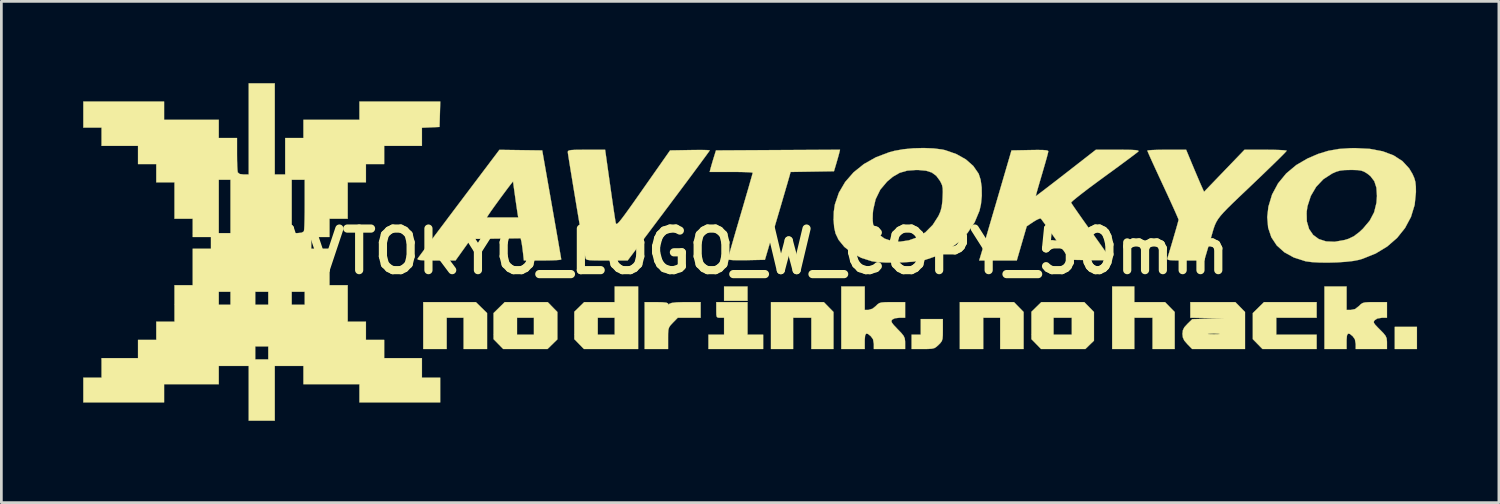
<source format=kicad_pcb>
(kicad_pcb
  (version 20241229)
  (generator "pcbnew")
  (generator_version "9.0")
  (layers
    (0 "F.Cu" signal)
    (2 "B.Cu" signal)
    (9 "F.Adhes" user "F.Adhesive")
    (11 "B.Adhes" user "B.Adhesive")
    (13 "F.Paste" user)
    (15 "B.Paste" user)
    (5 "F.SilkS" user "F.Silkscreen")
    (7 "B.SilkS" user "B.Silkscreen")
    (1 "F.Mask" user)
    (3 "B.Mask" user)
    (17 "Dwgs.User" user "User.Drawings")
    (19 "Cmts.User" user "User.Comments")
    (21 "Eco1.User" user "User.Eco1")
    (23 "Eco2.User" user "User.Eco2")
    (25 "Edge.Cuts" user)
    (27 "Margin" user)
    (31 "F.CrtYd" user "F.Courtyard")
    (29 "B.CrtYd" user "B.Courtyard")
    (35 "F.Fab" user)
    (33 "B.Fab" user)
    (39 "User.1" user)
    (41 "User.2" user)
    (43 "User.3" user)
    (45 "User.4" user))
  (footprint "AVTOKYO_LOGO_W_COPY_50mm"
    (layer "F.Cu")
    (at 24.45 6.164)
    (property "Reference" "AVTOKYO_LOGO_W_COPY_50mm" (at 0 0 0) (layer "F.SilkS") (effects (font (size 1.524 1.524) (thickness 0.3))))
    (attr through_hole)
    (fp_poly (pts (xy -0.095 1.814) (xy -0.955 1.814) (xy -0.955 1.289) (xy -0.095 1.289) (xy -0.095 1.814)) (stroke (width 0.01) (type solid)) (fill yes) (layer "F.SilkS"))
    (fp_poly (pts (xy 24.445 3.581) (xy 23.633 3.581) (xy 23.633 2.769) (xy 24.445 2.769) (xy 24.445 3.581)) (stroke (width 0.01) (type solid)) (fill yes) (layer "F.SilkS"))
    (fp_poly (pts (xy -9.849 2.063) (xy -9.644 2.264) (xy -9.644 3.581) (xy -10.504 3.581) (xy -10.504 2.435) (xy -11.124 2.435) (xy -11.124 3.581) (xy -11.984 3.581) (xy -11.984 1.862) (xy -10.054 1.862) (xy -9.849 2.063)) (stroke (width 0.01) (type solid)) (fill yes) (layer "F.SilkS"))
    (fp_poly (pts (xy 2.879 2.043) (xy 3.056 2.224) (xy 3.056 3.581) (xy 2.244 3.581) (xy 2.244 2.435) (xy 1.576 2.435) (xy 1.576 3.581) (xy 0.764 3.581) (xy 0.764 1.862) (xy 2.702 1.862) (xy 2.879 2.043)) (stroke (width 0.01) (type solid)) (fill yes) (layer "F.SilkS"))
    (fp_poly (pts (xy 9.85 2.043) (xy 10.026 2.224) (xy 10.026 3.581) (xy 9.167 3.581) (xy 9.167 2.435) (xy 8.546 2.435) (xy 8.546 3.581) (xy 7.687 3.581) (xy 7.687 1.862) (xy 9.673 1.862) (xy 9.85 2.043)) (stroke (width 0.01) (type solid)) (fill yes) (layer "F.SilkS"))
    (fp_poly (pts (xy 14.085 1.862) (xy 15.211 1.862) (xy 15.388 2.043) (xy 15.565 2.224) (xy 15.565 3.581) (xy 14.753 3.581) (xy 14.753 2.435) (xy 14.085 2.435) (xy 14.085 3.581) (xy 13.273 3.581) (xy 13.273 1.289) (xy 14.085 1.289) (xy 14.085 1.862)) (stroke (width 0.01) (type solid)) (fill yes) (layer "F.SilkS"))
    (fp_poly (pts (xy 20.769 2.435) (xy 19.289 2.435) (xy 19.289 3.056) (xy 20.769 3.056) (xy 20.769 3.581) (xy 18.783 3.581) (xy 18.606 3.4) (xy 18.429 3.219) (xy 18.429 2.264) (xy 18.634 2.063) (xy 18.839 1.862) (xy 20.769 1.862) (xy 20.769 2.435)) (stroke (width 0.01) (type solid)) (fill yes) (layer "F.SilkS"))
    (fp_poly (pts (xy -0.095 3.056) (xy 0.477 3.056) (xy 0.477 3.581) (xy -1.528 3.581) (xy -1.528 3.056) (xy -0.955 3.056) (xy -0.955 2.435) (xy -1.098 2.435) (xy -1.177 2.431) (xy -1.22 2.405) (xy -1.238 2.334) (xy -1.241 2.195) (xy -1.241 2.148) (xy -1.241 1.862) (xy -0.095 1.862) (xy -0.095 3.056)) (stroke (width 0.01) (type solid)) (fill yes) (layer "F.SilkS"))
    (fp_poly (pts (xy -4.106 3.581) (xy -6.092 3.581) (xy -6.269 3.4) (xy -6.445 3.219) (xy -6.445 2.435) (xy -5.586 2.435) (xy -5.586 3.056) (xy -4.965 3.056) (xy -4.965 2.435) (xy -5.586 2.435) (xy -6.445 2.435) (xy -6.445 2.216) (xy -6.083 1.862) (xy -4.965 1.862) (xy -4.965 1.289) (xy -4.106 1.289) (xy -4.106 3.581)) (stroke (width 0.01) (type solid)) (fill yes) (layer "F.SilkS"))
    (fp_poly (pts (xy 7.066 2.879) (xy 7.064 3.076) (xy 7.054 3.203) (xy 7.027 3.29) (xy 6.975 3.361) (xy 6.909 3.428) (xy 6.828 3.502) (xy 6.755 3.547) (xy 6.662 3.57) (xy 6.524 3.579) (xy 6.336 3.581) (xy 5.92 3.581) (xy 5.92 3.056) (xy 6.255 3.056) (xy 6.255 2.483) (xy 7.066 2.483) (xy 7.066 2.879)) (stroke (width 0.01) (type solid)) (fill yes) (layer "F.SilkS"))
    (fp_poly (pts (xy -7.243 2.043) (xy -7.066 2.224) (xy -7.066 3.227) (xy -7.247 3.404) (xy -7.428 3.581) (xy -9.052 3.581) (xy -9.229 3.4) (xy -9.406 3.219) (xy -9.406 2.435) (xy -8.546 2.435) (xy -8.546 3.056) (xy -7.926 3.056) (xy -7.926 2.435) (xy -8.546 2.435) (xy -9.406 2.435) (xy -9.406 2.264) (xy -9.201 2.063) (xy -8.996 1.862) (xy -7.42 1.862) (xy -7.243 2.043)) (stroke (width 0.01) (type solid)) (fill yes) (layer "F.SilkS"))
    (fp_poly (pts (xy 12.428 2.043) (xy 12.605 2.224) (xy 12.605 3.276) (xy 12.447 3.428) (xy 12.29 3.581) (xy 10.666 3.581) (xy 10.49 3.4) (xy 10.313 3.219) (xy 10.313 2.435) (xy 11.124 2.435) (xy 11.124 3.056) (xy 11.793 3.056) (xy 11.793 2.435) (xy 11.124 2.435) (xy 10.313 2.435) (xy 10.313 2.216) (xy 10.494 2.039) (xy 10.675 1.862) (xy 12.251 1.862) (xy 12.428 2.043)) (stroke (width 0.01) (type solid)) (fill yes) (layer "F.SilkS"))
    (fp_poly (pts (xy -3.211 1.867) (xy -3.072 1.882) (xy -3.012 1.908) (xy -3.008 1.919) (xy -2.994 1.953) (xy -2.951 1.919) (xy -2.868 1.89) (xy -2.694 1.87) (xy -2.428 1.862) (xy -2.354 1.862) (xy -1.814 1.862) (xy -1.814 2.435) (xy -2.654 2.435) (xy -2.831 2.616) (xy -2.918 2.709) (xy -2.97 2.787) (xy -2.997 2.878) (xy -3.007 3.011) (xy -3.008 3.189) (xy -3.008 3.581) (xy -3.867 3.581) (xy -3.867 1.862) (xy -3.438 1.862) (xy -3.211 1.867)) (stroke (width 0.01) (type solid)) (fill yes) (layer "F.SilkS"))
    (fp_poly (pts (xy 17.966 2.043) (xy 18.143 2.224) (xy 18.143 3.581) (xy 16.205 3.581) (xy 16.028 3.4) (xy 15.916 3.27) (xy 15.864 3.155) (xy 15.851 3.029) (xy 16.776 3.029) (xy 16.819 3.036) (xy 16.939 3.039) (xy 16.997 3.04) (xy 17.14 3.038) (xy 17.212 3.032) (xy 17.201 3.024) (xy 17.176 3.021) (xy 16.997 3.013) (xy 16.818 3.021) (xy 16.776 3.029) (xy 15.851 3.029) (xy 15.851 3.028) (xy 15.865 2.894) (xy 15.918 2.785) (xy 16.031 2.661) (xy 16.21 2.486) (xy 16.783 2.471) (xy 17.355 2.455) (xy 16.746 2.445) (xy 16.138 2.435) (xy 16.138 1.862) (xy 17.789 1.862) (xy 17.966 2.043)) (stroke (width 0.01) (type solid)) (fill yes) (layer "F.SilkS"))
    (fp_poly (pts (xy 4.202 2.148) (xy 4.336 2.148) (xy 4.487 2.103) (xy 4.607 2.005) (xy 4.674 1.94) (xy 4.738 1.898) (xy 4.822 1.875) (xy 4.949 1.865) (xy 5.142 1.862) (xy 5.213 1.862) (xy 5.682 1.862) (xy 5.682 2.435) (xy 5.473 2.435) (xy 5.305 2.454) (xy 5.204 2.507) (xy 5.202 2.509) (xy 5.18 2.556) (xy 5.198 2.615) (xy 5.265 2.703) (xy 5.391 2.836) (xy 5.411 2.857) (xy 5.547 2.998) (xy 5.628 3.101) (xy 5.668 3.19) (xy 5.681 3.292) (xy 5.682 3.355) (xy 5.682 3.581) (xy 4.536 3.581) (xy 4.536 3.398) (xy 4.506 3.225) (xy 4.425 3.112) (xy 4.319 3.027) (xy 4.251 3.017) (xy 4.215 3.088) (xy 4.202 3.246) (xy 4.202 3.294) (xy 4.202 3.581) (xy 3.342 3.581) (xy 3.342 1.289) (xy 4.202 1.289) (xy 4.202 2.148)) (stroke (width 0.01) (type solid)) (fill yes) (layer "F.SilkS"))
    (fp_poly (pts (xy 21.867 2.148) (xy 22.025 2.148) (xy 22.178 2.116) (xy 22.32 2.006) (xy 22.32 2.005) (xy 22.389 1.938) (xy 22.455 1.896) (xy 22.543 1.873) (xy 22.675 1.864) (xy 22.876 1.862) (xy 22.902 1.862) (xy 23.347 1.862) (xy 23.347 2.435) (xy 23.163 2.435) (xy 22.993 2.463) (xy 22.902 2.521) (xy 22.867 2.569) (xy 22.867 2.618) (xy 22.912 2.686) (xy 23.011 2.792) (xy 23.085 2.866) (xy 23.219 3.002) (xy 23.297 3.101) (xy 23.335 3.191) (xy 23.346 3.297) (xy 23.347 3.352) (xy 23.347 3.581) (xy 22.201 3.581) (xy 22.201 3.398) (xy 22.171 3.225) (xy 22.091 3.112) (xy 21.984 3.027) (xy 21.917 3.017) (xy 21.88 3.088) (xy 21.867 3.246) (xy 21.867 3.294) (xy 21.867 3.581) (xy 21.055 3.581) (xy 21.055 1.289) (xy 21.867 1.289) (xy 21.867 2.148)) (stroke (width 0.01) (type solid)) (fill yes) (layer "F.SilkS"))
    (fp_poly (pts (xy 3.265 -3.599) (xy 3.234 -3.483) (xy 3.187 -3.319) (xy 3.154 -3.205) (xy 3.074 -2.936) (xy 2.279 -2.923) (xy 1.483 -2.91) (xy 1.435 -2.732) (xy 1.409 -2.643) (xy 1.361 -2.475) (xy 1.292 -2.24) (xy 1.208 -1.953) (xy 1.113 -1.626) (xy 1.008 -1.271) (xy 0.964 -1.122) (xy 0.543 0.31) (xy -0.134 0.324) (xy -0.435 0.326) (xy -0.645 0.321) (xy -0.769 0.308) (xy -0.812 0.286) (xy -0.812 0.284) (xy -0.799 0.228) (xy -0.762 0.09) (xy -0.704 -0.117) (xy -0.628 -0.382) (xy -0.538 -0.694) (xy -0.436 -1.043) (xy -0.358 -1.309) (xy -0.25 -1.676) (xy -0.152 -2.014) (xy -0.065 -2.311) (xy 0.005 -2.557) (xy 0.058 -2.741) (xy 0.089 -2.852) (xy 0.095 -2.881) (xy 0.05 -2.892) (xy -0.075 -2.901) (xy -0.263 -2.907) (xy -0.501 -2.911) (xy -0.693 -2.912) (xy -1.482 -2.912) (xy -1.452 -3.032) (xy -1.421 -3.143) (xy -1.374 -3.304) (xy -1.337 -3.426) (xy -1.252 -3.7) (xy 1.022 -3.713) (xy 3.296 -3.725) (xy 3.265 -3.599)) (stroke (width 0.01) (type solid)) (fill yes) (layer "F.SilkS"))
    (fp_poly (pts (xy -7.622 -3.7) (xy -7.274 -1.719) (xy -7.2 -1.296) (xy -7.131 -0.902) (xy -7.069 -0.547) (xy -7.016 -0.242) (xy -6.974 0.005) (xy -6.943 0.183) (xy -6.927 0.281) (xy -6.924 0.298) (xy -6.969 0.311) (xy -7.092 0.322) (xy -7.277 0.33) (xy -7.507 0.334) (xy -7.609 0.334) (xy -8.295 0.334) (xy -8.328 0.036) (xy -8.35 -0.141) (xy -8.373 -0.294) (xy -8.387 -0.371) (xy -8.414 -0.479) (xy -10.236 -0.454) (xy -10.518 -0.06) (xy -10.799 0.334) (xy -11.513 0.334) (xy -11.792 0.333) (xy -11.987 0.328) (xy -12.111 0.319) (xy -12.176 0.304) (xy -12.194 0.282) (xy -12.189 0.268) (xy -12.154 0.218) (xy -12.066 0.099) (xy -11.932 -0.081) (xy -11.757 -0.315) (xy -11.547 -0.595) (xy -11.307 -0.914) (xy -11.061 -1.241) (xy -9.655 -1.241) (xy -8.501 -1.241) (xy -8.523 -1.373) (xy -8.539 -1.478) (xy -8.563 -1.641) (xy -8.592 -1.839) (xy -8.621 -2.049) (xy -8.649 -2.249) (xy -8.672 -2.416) (xy -8.686 -2.528) (xy -8.689 -2.561) (xy -8.715 -2.534) (xy -8.786 -2.445) (xy -8.89 -2.309) (xy -9.016 -2.14) (xy -9.153 -1.955) (xy -9.289 -1.768) (xy -9.414 -1.595) (xy -9.516 -1.451) (xy -9.576 -1.362) (xy -9.655 -1.241) (xy -11.061 -1.241) (xy -11.043 -1.265) (xy -10.76 -1.641) (xy -10.671 -1.759) (xy -9.191 -3.721) (xy -7.622 -3.7)) (stroke (width 0.01) (type solid)) (fill yes) (layer "F.SilkS"))
    (fp_poly (pts (xy -5.136 -2.447) (xy -5.087 -2.102) (xy -5.041 -1.782) (xy -5 -1.502) (xy -4.965 -1.275) (xy -4.94 -1.116) (xy -4.925 -1.038) (xy -4.913 -1.009) (xy -4.892 -1.002) (xy -4.856 -1.024) (xy -4.8 -1.08) (xy -4.719 -1.18) (xy -4.608 -1.327) (xy -4.46 -1.531) (xy -4.271 -1.796) (xy -4.035 -2.131) (xy -3.914 -2.304) (xy -2.934 -3.7) (xy -2.207 -3.713) (xy -1.956 -3.716) (xy -1.742 -3.716) (xy -1.583 -3.712) (xy -1.493 -3.705) (xy -1.48 -3.701) (xy -1.508 -3.659) (xy -1.588 -3.548) (xy -1.715 -3.375) (xy -1.883 -3.147) (xy -2.087 -2.871) (xy -2.322 -2.555) (xy -2.583 -2.206) (xy -2.864 -1.831) (xy -2.984 -1.67) (xy -4.489 0.334) (xy -5.251 0.334) (xy -5.537 0.334) (xy -5.741 0.331) (xy -5.878 0.325) (xy -5.962 0.312) (xy -6.008 0.291) (xy -6.029 0.261) (xy -6.038 0.227) (xy -6.055 0.14) (xy -6.085 -0.025) (xy -6.125 -0.255) (xy -6.174 -0.539) (xy -6.229 -0.863) (xy -6.289 -1.217) (xy -6.351 -1.586) (xy -6.413 -1.96) (xy -6.474 -2.325) (xy -6.53 -2.669) (xy -6.581 -2.98) (xy -6.624 -3.245) (xy -6.657 -3.452) (xy -6.678 -3.589) (xy -6.684 -3.643) (xy -6.676 -3.675) (xy -6.64 -3.697) (xy -6.563 -3.712) (xy -6.432 -3.72) (xy -6.23 -3.723) (xy -6 -3.724) (xy -5.316 -3.724) (xy -5.136 -2.447)) (stroke (width 0.01) (type solid)) (fill yes) (layer "F.SilkS"))
    (fp_poly (pts (xy 16.208 -3.187) (xy 16.307 -2.951) (xy 16.404 -2.723) (xy 16.486 -2.53) (xy 16.536 -2.416) (xy 16.641 -2.182) (xy 17.383 -2.953) (xy 18.125 -3.724) (xy 18.898 -3.724) (xy 19.157 -3.722) (xy 19.38 -3.716) (xy 19.549 -3.707) (xy 19.65 -3.696) (xy 19.671 -3.688) (xy 19.637 -3.647) (xy 19.543 -3.549) (xy 19.396 -3.402) (xy 19.204 -3.214) (xy 18.976 -2.993) (xy 18.721 -2.747) (xy 18.584 -2.617) (xy 18.23 -2.279) (xy 17.936 -2) (xy 17.697 -1.771) (xy 17.507 -1.584) (xy 17.357 -1.429) (xy 17.242 -1.298) (xy 17.155 -1.183) (xy 17.09 -1.075) (xy 17.039 -0.966) (xy 16.996 -0.846) (xy 16.955 -0.709) (xy 16.908 -0.543) (xy 16.871 -0.416) (xy 16.649 0.334) (xy 15.96 0.334) (xy 15.691 0.333) (xy 15.504 0.33) (xy 15.384 0.322) (xy 15.319 0.307) (xy 15.295 0.285) (xy 15.297 0.252) (xy 15.298 0.251) (xy 15.358 0.056) (xy 15.426 -0.17) (xy 15.497 -0.409) (xy 15.565 -0.643) (xy 15.626 -0.853) (xy 15.673 -1.021) (xy 15.702 -1.129) (xy 15.708 -1.159) (xy 15.688 -1.212) (xy 15.633 -1.34) (xy 15.548 -1.532) (xy 15.437 -1.776) (xy 15.307 -2.061) (xy 15.161 -2.375) (xy 15.135 -2.431) (xy 14.987 -2.749) (xy 14.854 -3.038) (xy 14.739 -3.288) (xy 14.649 -3.488) (xy 14.589 -3.625) (xy 14.563 -3.689) (xy 14.562 -3.692) (xy 14.607 -3.703) (xy 14.731 -3.713) (xy 14.917 -3.72) (xy 15.149 -3.724) (xy 15.273 -3.724) (xy 15.985 -3.724) (xy 16.208 -3.187)) (stroke (width 0.01) (type solid)) (fill yes) (layer "F.SilkS"))
    (fp_poly (pts (xy 22.721 -3.756) (xy 23.191 -3.667) (xy 23.588 -3.518) (xy 23.912 -3.309) (xy 24.161 -3.04) (xy 24.282 -2.837) (xy 24.35 -2.683) (xy 24.389 -2.54) (xy 24.406 -2.373) (xy 24.409 -2.173) (xy 24.362 -1.703) (xy 24.227 -1.262) (xy 24.01 -0.856) (xy 23.719 -0.492) (xy 23.357 -0.178) (xy 22.932 0.08) (xy 22.449 0.274) (xy 22.32 0.312) (xy 22.11 0.353) (xy 21.832 0.384) (xy 21.514 0.405) (xy 21.183 0.414) (xy 20.864 0.41) (xy 20.584 0.394) (xy 20.371 0.365) (xy 20.358 0.362) (xy 19.934 0.226) (xy 19.582 0.032) (xy 19.306 -0.217) (xy 19.108 -0.517) (xy 18.991 -0.865) (xy 18.958 -1.255) (xy 18.978 -1.435) (xy 20.401 -1.435) (xy 20.409 -1.099) (xy 20.491 -0.82) (xy 20.64 -0.602) (xy 20.85 -0.449) (xy 21.115 -0.364) (xy 21.43 -0.351) (xy 21.789 -0.414) (xy 21.939 -0.46) (xy 22.132 -0.553) (xy 22.335 -0.707) (xy 22.468 -0.832) (xy 22.715 -1.125) (xy 22.877 -1.433) (xy 22.962 -1.778) (xy 22.98 -2.029) (xy 22.961 -2.332) (xy 22.884 -2.57) (xy 22.743 -2.756) (xy 22.615 -2.857) (xy 22.508 -2.921) (xy 22.404 -2.959) (xy 22.274 -2.978) (xy 22.088 -2.984) (xy 22.014 -2.984) (xy 21.792 -2.979) (xy 21.629 -2.96) (xy 21.489 -2.92) (xy 21.335 -2.852) (xy 21.014 -2.643) (xy 20.751 -2.365) (xy 20.555 -2.031) (xy 20.433 -1.655) (xy 20.401 -1.435) (xy 18.978 -1.435) (xy 19 -1.634) (xy 19.135 -2.081) (xy 19.354 -2.49) (xy 19.652 -2.853) (xy 20.023 -3.164) (xy 20.435 -3.403) (xy 20.822 -3.57) (xy 21.19 -3.683) (xy 21.572 -3.752) (xy 22 -3.781) (xy 22.177 -3.784) (xy 22.721 -3.756)) (stroke (width 0.01) (type solid)) (fill yes) (layer "F.SilkS"))
    (fp_poly (pts (xy 6.723 -3.773) (xy 7.036 -3.734) (xy 7.149 -3.709) (xy 7.56 -3.566) (xy 7.906 -3.372) (xy 8.18 -3.131) (xy 8.374 -2.851) (xy 8.38 -2.839) (xy 8.451 -2.621) (xy 8.489 -2.343) (xy 8.493 -2.036) (xy 8.463 -1.731) (xy 8.409 -1.49) (xy 8.231 -1.064) (xy 7.971 -0.675) (xy 7.638 -0.332) (xy 7.242 -0.042) (xy 6.791 0.185) (xy 6.422 0.31) (xy 6.211 0.352) (xy 5.933 0.383) (xy 5.616 0.404) (xy 5.285 0.413) (xy 4.966 0.41) (xy 4.687 0.394) (xy 4.474 0.365) (xy 4.46 0.362) (xy 4.075 0.239) (xy 3.735 0.06) (xy 3.453 -0.164) (xy 3.242 -0.424) (xy 3.131 -0.656) (xy 3.081 -0.883) (xy 3.06 -1.157) (xy 4.492 -1.157) (xy 4.508 -0.995) (xy 4.55 -0.863) (xy 4.561 -0.84) (xy 4.713 -0.622) (xy 4.928 -0.467) (xy 5.192 -0.377) (xy 5.492 -0.354) (xy 5.816 -0.402) (xy 6.117 -0.508) (xy 6.428 -0.699) (xy 6.697 -0.971) (xy 6.905 -1.297) (xy 6.977 -1.46) (xy 7.022 -1.626) (xy 7.048 -1.832) (xy 7.056 -1.967) (xy 7.064 -2.176) (xy 7.059 -2.319) (xy 7.037 -2.426) (xy 6.991 -2.528) (xy 6.954 -2.594) (xy 6.823 -2.77) (xy 6.66 -2.889) (xy 6.449 -2.956) (xy 6.17 -2.982) (xy 6.087 -2.983) (xy 5.76 -2.959) (xy 5.485 -2.88) (xy 5.232 -2.734) (xy 5.021 -2.557) (xy 4.771 -2.26) (xy 4.6 -1.909) (xy 4.509 -1.51) (xy 4.498 -1.38) (xy 4.492 -1.157) (xy 3.06 -1.157) (xy 3.06 -1.162) (xy 3.068 -1.453) (xy 3.107 -1.716) (xy 3.107 -1.717) (xy 3.254 -2.149) (xy 3.485 -2.543) (xy 3.793 -2.896) (xy 4.17 -3.199) (xy 4.609 -3.447) (xy 5.104 -3.634) (xy 5.292 -3.684) (xy 5.615 -3.742) (xy 5.982 -3.777) (xy 6.361 -3.787) (xy 6.723 -3.773)) (stroke (width 0.01) (type solid)) (fill yes) (layer "F.SilkS"))
    (fp_poly (pts (xy 13.783 -3.723) (xy 14 -3.718) (xy 14.142 -3.71) (xy 14.219 -3.696) (xy 14.242 -3.677) (xy 14.236 -3.664) (xy 14.186 -3.622) (xy 14.068 -3.532) (xy 13.892 -3.4) (xy 13.668 -3.234) (xy 13.406 -3.041) (xy 13.115 -2.829) (xy 12.967 -2.721) (xy 12.67 -2.503) (xy 12.399 -2.302) (xy 12.166 -2.123) (xy 11.978 -1.975) (xy 11.844 -1.865) (xy 11.775 -1.8) (xy 11.767 -1.786) (xy 11.799 -1.734) (xy 11.878 -1.616) (xy 11.999 -1.442) (xy 12.152 -1.223) (xy 12.331 -0.971) (xy 12.505 -0.727) (xy 12.699 -0.455) (xy 12.873 -0.209) (xy 13.02 0.001) (xy 13.133 0.165) (xy 13.203 0.271) (xy 13.225 0.308) (xy 13.18 0.317) (xy 13.056 0.323) (xy 12.868 0.326) (xy 12.634 0.326) (xy 12.478 0.323) (xy 11.73 0.31) (xy 11.212 -0.428) (xy 11.047 -0.662) (xy 10.9 -0.869) (xy 10.78 -1.037) (xy 10.695 -1.153) (xy 10.657 -1.203) (xy 10.656 -1.203) (xy 10.601 -1.198) (xy 10.493 -1.148) (xy 10.38 -1.079) (xy 10.14 -0.917) (xy 9.958 -0.291) (xy 9.776 0.334) (xy 8.397 0.334) (xy 8.431 0.227) (xy 8.451 0.159) (xy 8.496 0.01) (xy 8.561 -0.211) (xy 8.644 -0.492) (xy 8.741 -0.825) (xy 8.85 -1.197) (xy 8.968 -1.6) (xy 9.024 -1.79) (xy 9.582 -3.7) (xy 10.258 -3.713) (xy 10.537 -3.717) (xy 10.732 -3.714) (xy 10.855 -3.705) (xy 10.918 -3.687) (xy 10.932 -3.666) (xy 10.918 -3.602) (xy 10.882 -3.462) (xy 10.827 -3.265) (xy 10.757 -3.024) (xy 10.697 -2.817) (xy 10.621 -2.56) (xy 10.556 -2.337) (xy 10.507 -2.163) (xy 10.478 -2.054) (xy 10.471 -2.023) (xy 10.51 -2.049) (xy 10.614 -2.127) (xy 10.774 -2.249) (xy 10.982 -2.408) (xy 11.227 -2.597) (xy 11.5 -2.809) (xy 11.578 -2.869) (xy 12.676 -3.724) (xy 13.482 -3.724) (xy 13.783 -3.723)) (stroke (width 0.01) (type solid)) (fill yes) (layer "F.SilkS"))
    (fp_poly (pts (xy -17.427 -2.817) (xy -17.045 -2.817) (xy -17.045 -4.154) (xy -16.376 -4.154) (xy -16.376 -4.822) (xy -14.323 -4.822) (xy -14.323 -5.491) (xy -11.36 -5.491) (xy -11.373 -5.025) (xy -11.387 -4.56) (xy -11.709 -4.545) (xy -12.032 -4.531) (xy -12.032 -3.867) (xy -13.416 -3.867) (xy -13.416 -3.199) (xy -14.085 -3.199) (xy -14.085 -2.53) (xy -14.753 -2.53) (xy -14.753 -1.194) (xy -15.421 -1.194) (xy -15.421 -0.525) (xy -16.09 -0.525) (xy -16.09 -0.095) (xy -15.421 -0.095) (xy -15.421 1.241) (xy -14.753 1.241) (xy -14.753 2.578) (xy -14.085 2.578) (xy -14.085 3.247) (xy -13.416 3.247) (xy -13.416 3.915) (xy -12.032 3.915) (xy -12.032 4.631) (xy -11.363 4.631) (xy -11.363 5.538) (xy -14.323 5.538) (xy -14.323 4.87) (xy -16.376 4.87) (xy -16.376 4.202) (xy -17.427 4.202) (xy -17.427 6.207) (xy -18.382 6.207) (xy -18.382 4.202) (xy -19.48 4.202) (xy -19.48 4.87) (xy -21.485 4.87) (xy -21.485 5.538) (xy -24.445 5.538) (xy -24.445 4.631) (xy -23.777 4.631) (xy -23.777 3.915) (xy -22.44 3.915) (xy -22.44 3.485) (xy -18.143 3.485) (xy -18.143 3.963) (xy -17.665 3.963) (xy -17.665 3.485) (xy -18.143 3.485) (xy -22.44 3.485) (xy -22.44 3.247) (xy -21.771 3.247) (xy -21.771 2.578) (xy -21.103 2.578) (xy -21.103 1.48) (xy -19.48 1.48) (xy -19.48 1.958) (xy -19.05 1.958) (xy -19.05 1.48) (xy -18.143 1.48) (xy -18.143 1.958) (xy -17.665 1.958) (xy -17.665 1.48) (xy -16.806 1.48) (xy -16.806 1.958) (xy -16.329 1.958) (xy -16.329 1.48) (xy -16.806 1.48) (xy -17.665 1.48) (xy -18.143 1.48) (xy -19.05 1.48) (xy -19.48 1.48) (xy -21.103 1.48) (xy -21.103 1.241) (xy -20.435 1.241) (xy -20.435 -0.095) (xy -19.766 -0.095) (xy -19.766 -0.525) (xy -20.435 -0.525) (xy -20.435 -1.194) (xy -21.103 -1.194) (xy -21.103 -2.53) (xy -21.771 -2.53) (xy -21.771 -2.626) (xy -19.48 -2.626) (xy -19.48 -0.668) (xy -19.05 -0.668) (xy -19.05 -2.626) (xy -16.806 -2.626) (xy -16.806 -0.668) (xy -16.596 -0.668) (xy -16.442 -0.683) (xy -16.366 -0.728) (xy -16.358 -0.744) (xy -16.348 -0.814) (xy -16.34 -0.963) (xy -16.334 -1.175) (xy -16.33 -1.433) (xy -16.329 -1.721) (xy -16.329 -2.626) (xy -16.806 -2.626) (xy -19.05 -2.626) (xy -19.48 -2.626) (xy -21.771 -2.626) (xy -21.771 -3.199) (xy -22.44 -3.199) (xy -22.44 -3.867) (xy -23.777 -3.867) (xy -23.777 -4.536) (xy -24.445 -4.536) (xy -24.445 -5.491) (xy -21.485 -5.491) (xy -21.485 -4.822) (xy -19.48 -4.822) (xy -19.48 -4.154) (xy -18.811 -4.154) (xy -18.811 -3.561) (xy -18.809 -3.327) (xy -18.803 -3.123) (xy -18.794 -2.972) (xy -18.783 -2.894) (xy -18.782 -2.892) (xy -18.712 -2.835) (xy -18.567 -2.817) (xy -18.382 -2.817) (xy -18.382 -6.159) (xy -17.427 -6.159) (xy -17.427 -2.817)) (stroke (width 0.01) (type solid)) (fill yes) (layer "F.SilkS")))
  (gr_rect
    (start -3 -3)
    (end 51.9 15.376)
    (stroke (width 0.1) (type default))
    (fill no)
    (layer "Edge.Cuts")))
</source>
